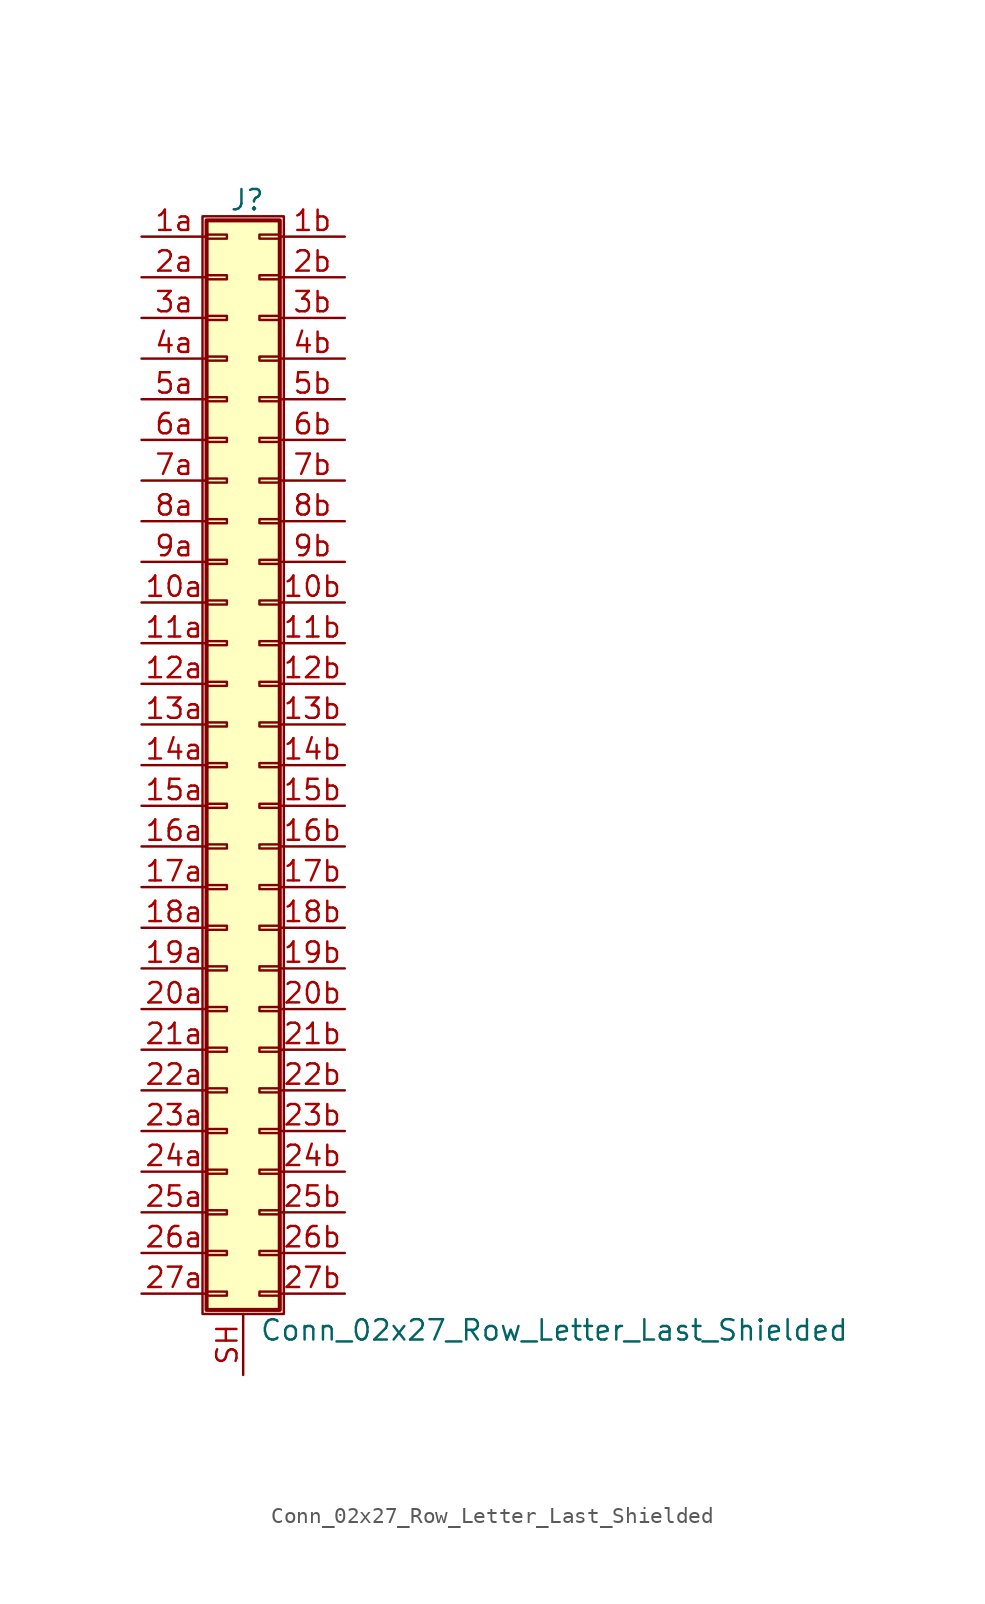
<source format=kicad_sym>
(kicad_symbol_lib
  (version 20201005)
  (generator kicad_symbol_editor)
  (symbol "Conn_02x27_Row_Letter_Last_Shielded"
    (pin_names
      (offset 1.016) hide)
    (property "Reference" "J"
      (at 1.524 35.306 0)
      (effects (font (size 1.27 1.27))))
    (property "Value" "Conn_02x27_Row_Letter_Last_Shielded"
      (at 2.286 -35.306 0)
      (effects (font (size 1.27 1.27)) (justify left)))
    (symbol "Conn_02x27_Row_Letter_Last_Shielded_1_1"
      (rectangle (start -1.27 34.29) (end 3.81 -34.29) (stroke (width 0.152)) (fill (type none)))
      (rectangle (start -1.016 -32.893) (end 0.254 -33.147) (stroke (width 0.152)) (fill (type none)))
      (rectangle (start -1.016 -30.353) (end 0.254 -30.607) (stroke (width 0.152)) (fill (type none)))
      (rectangle (start -1.016 -27.813) (end 0.254 -28.067) (stroke (width 0.152)) (fill (type none)))
      (rectangle (start -1.016 -25.273) (end 0.254 -25.527) (stroke (width 0.152)) (fill (type none)))
      (rectangle (start -1.016 -22.733) (end 0.254 -22.987) (stroke (width 0.152)) (fill (type none)))
      (rectangle (start -1.016 -20.193) (end 0.254 -20.447) (stroke (width 0.152)) (fill (type none)))
      (rectangle (start -1.016 -17.653) (end 0.254 -17.907) (stroke (width 0.152)) (fill (type none)))
      (rectangle (start -1.016 -15.113) (end 0.254 -15.367) (stroke (width 0.152)) (fill (type none)))
      (rectangle (start -1.016 -12.573) (end 0.254 -12.827) (stroke (width 0.152)) (fill (type none)))
      (rectangle (start -1.016 -10.033) (end 0.254 -10.287) (stroke (width 0.152)) (fill (type none)))
      (rectangle (start -1.016 -7.493) (end 0.254 -7.747) (stroke (width 0.152)) (fill (type none)))
      (rectangle (start -1.016 -4.953) (end 0.254 -5.207) (stroke (width 0.152)) (fill (type none)))
      (rectangle (start -1.016 -2.413) (end 0.254 -2.667) (stroke (width 0.152)) (fill (type none)))
      (rectangle (start -1.016 0.127) (end 0.254 -0.127) (stroke (width 0.152)) (fill (type none)))
      (rectangle (start -1.016 2.667) (end 0.254 2.413) (stroke (width 0.152)) (fill (type none)))
      (rectangle (start -1.016 5.207) (end 0.254 4.953) (stroke (width 0.152)) (fill (type none)))
      (rectangle (start -1.016 7.747) (end 0.254 7.493) (stroke (width 0.152)) (fill (type none)))
      (rectangle (start -1.016 10.287) (end 0.254 10.033) (stroke (width 0.152)) (fill (type none)))
      (rectangle (start -1.016 12.827) (end 0.254 12.573) (stroke (width 0.152)) (fill (type none)))
      (rectangle (start -1.016 15.367) (end 0.254 15.113) (stroke (width 0.152)) (fill (type none)))
      (rectangle (start -1.016 17.907) (end 0.254 17.653) (stroke (width 0.152)) (fill (type none)))
      (rectangle (start -1.016 20.447) (end 0.254 20.193) (stroke (width 0.152)) (fill (type none)))
      (rectangle (start -1.016 22.987) (end 0.254 22.733) (stroke (width 0.152)) (fill (type none)))
      (rectangle (start -1.016 25.527) (end 0.254 25.273) (stroke (width 0.152)) (fill (type none)))
      (rectangle (start -1.016 28.067) (end 0.254 27.813) (stroke (width 0.152)) (fill (type none)))
      (rectangle (start -1.016 30.607) (end 0.254 30.353) (stroke (width 0.152)) (fill (type none)))
      (rectangle (start -1.016 33.147) (end 0.254 32.893) (stroke (width 0.152)) (fill (type none)))
      (rectangle (start -1.016 34.036) (end 3.556 -34.036) (stroke (width 0.254)) (fill (type background)))
      (rectangle (start 3.556 -32.893) (end 2.286 -33.147) (stroke (width 0.152)) (fill (type none)))
      (rectangle (start 3.556 -30.353) (end 2.286 -30.607) (stroke (width 0.152)) (fill (type none)))
      (rectangle (start 3.556 -27.813) (end 2.286 -28.067) (stroke (width 0.152)) (fill (type none)))
      (rectangle (start 3.556 -25.273) (end 2.286 -25.527) (stroke (width 0.152)) (fill (type none)))
      (rectangle (start 3.556 -22.733) (end 2.286 -22.987) (stroke (width 0.152)) (fill (type none)))
      (rectangle (start 3.556 -20.193) (end 2.286 -20.447) (stroke (width 0.152)) (fill (type none)))
      (rectangle (start 3.556 -17.653) (end 2.286 -17.907) (stroke (width 0.152)) (fill (type none)))
      (rectangle (start 3.556 -15.113) (end 2.286 -15.367) (stroke (width 0.152)) (fill (type none)))
      (rectangle (start 3.556 -12.573) (end 2.286 -12.827) (stroke (width 0.152)) (fill (type none)))
      (rectangle (start 3.556 -10.033) (end 2.286 -10.287) (stroke (width 0.152)) (fill (type none)))
      (rectangle (start 3.556 -7.493) (end 2.286 -7.747) (stroke (width 0.152)) (fill (type none)))
      (rectangle (start 3.556 -4.953) (end 2.286 -5.207) (stroke (width 0.152)) (fill (type none)))
      (rectangle (start 3.556 -2.413) (end 2.286 -2.667) (stroke (width 0.152)) (fill (type none)))
      (rectangle (start 3.556 0.127) (end 2.286 -0.127) (stroke (width 0.152)) (fill (type none)))
      (rectangle (start 3.556 2.667) (end 2.286 2.413) (stroke (width 0.152)) (fill (type none)))
      (rectangle (start 3.556 5.207) (end 2.286 4.953) (stroke (width 0.152)) (fill (type none)))
      (rectangle (start 3.556 7.747) (end 2.286 7.493) (stroke (width 0.152)) (fill (type none)))
      (rectangle (start 3.556 10.287) (end 2.286 10.033) (stroke (width 0.152)) (fill (type none)))
      (rectangle (start 3.556 12.827) (end 2.286 12.573) (stroke (width 0.152)) (fill (type none)))
      (rectangle (start 3.556 15.367) (end 2.286 15.113) (stroke (width 0.152)) (fill (type none)))
      (rectangle (start 3.556 17.907) (end 2.286 17.653) (stroke (width 0.152)) (fill (type none)))
      (rectangle (start 3.556 20.447) (end 2.286 20.193) (stroke (width 0.152)) (fill (type none)))
      (rectangle (start 3.556 22.987) (end 2.286 22.733) (stroke (width 0.152)) (fill (type none)))
      (rectangle (start 3.556 25.527) (end 2.286 25.273) (stroke (width 0.152)) (fill (type none)))
      (rectangle (start 3.556 28.067) (end 2.286 27.813) (stroke (width 0.152)) (fill (type none)))
      (rectangle (start 3.556 30.607) (end 2.286 30.353) (stroke (width 0.152)) (fill (type none)))
      (rectangle (start 3.556 33.147) (end 2.286 32.893) (stroke (width 0.152)) (fill (type none)))
      (pin passive line (at -5.08 10.16 0) (length 4.064) (name "Pin_10a" (effects (font (size 1.27 1.27)))) (number "10a" (effects (font (size 1.27 1.27)))))
      (pin passive line (at 7.62 10.16 180) (length 4.064) (name "Pin_10b" (effects (font (size 1.27 1.27)))) (number "10b" (effects (font (size 1.27 1.27)))))
      (pin passive line (at -5.08 7.62 0) (length 4.064) (name "Pin_11a" (effects (font (size 1.27 1.27)))) (number "11a" (effects (font (size 1.27 1.27)))))
      (pin passive line (at 7.62 7.62 180) (length 4.064) (name "Pin_11b" (effects (font (size 1.27 1.27)))) (number "11b" (effects (font (size 1.27 1.27)))))
      (pin passive line (at -5.08 5.08 0) (length 4.064) (name "Pin_12a" (effects (font (size 1.27 1.27)))) (number "12a" (effects (font (size 1.27 1.27)))))
      (pin passive line (at 7.62 5.08 180) (length 4.064) (name "Pin_12b" (effects (font (size 1.27 1.27)))) (number "12b" (effects (font (size 1.27 1.27)))))
      (pin passive line (at -5.08 2.54 0) (length 4.064) (name "Pin_13a" (effects (font (size 1.27 1.27)))) (number "13a" (effects (font (size 1.27 1.27)))))
      (pin passive line (at 7.62 2.54 180) (length 4.064) (name "Pin_13b" (effects (font (size 1.27 1.27)))) (number "13b" (effects (font (size 1.27 1.27)))))
      (pin passive line (at -5.08 0 0) (length 4.064) (name "Pin_14a" (effects (font (size 1.27 1.27)))) (number "14a" (effects (font (size 1.27 1.27)))))
      (pin passive line (at 7.62 0 180) (length 4.064) (name "Pin_14b" (effects (font (size 1.27 1.27)))) (number "14b" (effects (font (size 1.27 1.27)))))
      (pin passive line (at -5.08 -2.54 0) (length 4.064) (name "Pin_15a" (effects (font (size 1.27 1.27)))) (number "15a" (effects (font (size 1.27 1.27)))))
      (pin passive line (at 7.62 -2.54 180) (length 4.064) (name "Pin_15b" (effects (font (size 1.27 1.27)))) (number "15b" (effects (font (size 1.27 1.27)))))
      (pin passive line (at -5.08 -5.08 0) (length 4.064) (name "Pin_16a" (effects (font (size 1.27 1.27)))) (number "16a" (effects (font (size 1.27 1.27)))))
      (pin passive line (at 7.62 -5.08 180) (length 4.064) (name "Pin_16b" (effects (font (size 1.27 1.27)))) (number "16b" (effects (font (size 1.27 1.27)))))
      (pin passive line (at -5.08 -7.62 0) (length 4.064) (name "Pin_17a" (effects (font (size 1.27 1.27)))) (number "17a" (effects (font (size 1.27 1.27)))))
      (pin passive line (at 7.62 -7.62 180) (length 4.064) (name "Pin_17b" (effects (font (size 1.27 1.27)))) (number "17b" (effects (font (size 1.27 1.27)))))
      (pin passive line (at -5.08 -10.16 0) (length 4.064) (name "Pin_18a" (effects (font (size 1.27 1.27)))) (number "18a" (effects (font (size 1.27 1.27)))))
      (pin passive line (at 7.62 -10.16 180) (length 4.064) (name "Pin_18b" (effects (font (size 1.27 1.27)))) (number "18b" (effects (font (size 1.27 1.27)))))
      (pin passive line (at -5.08 -12.7 0) (length 4.064) (name "Pin_19a" (effects (font (size 1.27 1.27)))) (number "19a" (effects (font (size 1.27 1.27)))))
      (pin passive line (at 7.62 -12.7 180) (length 4.064) (name "Pin_19b" (effects (font (size 1.27 1.27)))) (number "19b" (effects (font (size 1.27 1.27)))))
      (pin passive line (at -5.08 33.02 0) (length 4.064) (name "Pin_1a" (effects (font (size 1.27 1.27)))) (number "1a" (effects (font (size 1.27 1.27)))))
      (pin passive line (at 7.62 33.02 180) (length 4.064) (name "Pin_1b" (effects (font (size 1.27 1.27)))) (number "1b" (effects (font (size 1.27 1.27)))))
      (pin passive line (at -5.08 -15.24 0) (length 4.064) (name "Pin_20a" (effects (font (size 1.27 1.27)))) (number "20a" (effects (font (size 1.27 1.27)))))
      (pin passive line (at 7.62 -15.24 180) (length 4.064) (name "Pin_20b" (effects (font (size 1.27 1.27)))) (number "20b" (effects (font (size 1.27 1.27)))))
      (pin passive line (at -5.08 -17.78 0) (length 4.064) (name "Pin_21a" (effects (font (size 1.27 1.27)))) (number "21a" (effects (font (size 1.27 1.27)))))
      (pin passive line (at 7.62 -17.78 180) (length 4.064) (name "Pin_21b" (effects (font (size 1.27 1.27)))) (number "21b" (effects (font (size 1.27 1.27)))))
      (pin passive line (at -5.08 -20.32 0) (length 4.064) (name "Pin_22a" (effects (font (size 1.27 1.27)))) (number "22a" (effects (font (size 1.27 1.27)))))
      (pin passive line (at 7.62 -20.32 180) (length 4.064) (name "Pin_22b" (effects (font (size 1.27 1.27)))) (number "22b" (effects (font (size 1.27 1.27)))))
      (pin passive line (at -5.08 -22.86 0) (length 4.064) (name "Pin_23a" (effects (font (size 1.27 1.27)))) (number "23a" (effects (font (size 1.27 1.27)))))
      (pin passive line (at 7.62 -22.86 180) (length 4.064) (name "Pin_23b" (effects (font (size 1.27 1.27)))) (number "23b" (effects (font (size 1.27 1.27)))))
      (pin passive line (at -5.08 -25.4 0) (length 4.064) (name "Pin_24a" (effects (font (size 1.27 1.27)))) (number "24a" (effects (font (size 1.27 1.27)))))
      (pin passive line (at 7.62 -25.4 180) (length 4.064) (name "Pin_24b" (effects (font (size 1.27 1.27)))) (number "24b" (effects (font (size 1.27 1.27)))))
      (pin passive line (at -5.08 -27.94 0) (length 4.064) (name "Pin_25a" (effects (font (size 1.27 1.27)))) (number "25a" (effects (font (size 1.27 1.27)))))
      (pin passive line (at 7.62 -27.94 180) (length 4.064) (name "Pin_25b" (effects (font (size 1.27 1.27)))) (number "25b" (effects (font (size 1.27 1.27)))))
      (pin passive line (at -5.08 -30.48 0) (length 4.064) (name "Pin_26a" (effects (font (size 1.27 1.27)))) (number "26a" (effects (font (size 1.27 1.27)))))
      (pin passive line (at 7.62 -30.48 180) (length 4.064) (name "Pin_26b" (effects (font (size 1.27 1.27)))) (number "26b" (effects (font (size 1.27 1.27)))))
      (pin passive line (at -5.08 -33.02 0) (length 4.064) (name "Pin_27a" (effects (font (size 1.27 1.27)))) (number "27a" (effects (font (size 1.27 1.27)))))
      (pin passive line (at 7.62 -33.02 180) (length 4.064) (name "Pin_27b" (effects (font (size 1.27 1.27)))) (number "27b" (effects (font (size 1.27 1.27)))))
      (pin passive line (at -5.08 30.48 0) (length 4.064) (name "Pin_2a" (effects (font (size 1.27 1.27)))) (number "2a" (effects (font (size 1.27 1.27)))))
      (pin passive line (at 7.62 30.48 180) (length 4.064) (name "Pin_2b" (effects (font (size 1.27 1.27)))) (number "2b" (effects (font (size 1.27 1.27)))))
      (pin passive line (at -5.08 27.94 0) (length 4.064) (name "Pin_3a" (effects (font (size 1.27 1.27)))) (number "3a" (effects (font (size 1.27 1.27)))))
      (pin passive line (at 7.62 27.94 180) (length 4.064) (name "Pin_3b" (effects (font (size 1.27 1.27)))) (number "3b" (effects (font (size 1.27 1.27)))))
      (pin passive line (at -5.08 25.4 0) (length 4.064) (name "Pin_4a" (effects (font (size 1.27 1.27)))) (number "4a" (effects (font (size 1.27 1.27)))))
      (pin passive line (at 7.62 25.4 180) (length 4.064) (name "Pin_4b" (effects (font (size 1.27 1.27)))) (number "4b" (effects (font (size 1.27 1.27)))))
      (pin passive line (at -5.08 22.86 0) (length 4.064) (name "Pin_5a" (effects (font (size 1.27 1.27)))) (number "5a" (effects (font (size 1.27 1.27)))))
      (pin passive line (at 7.62 22.86 180) (length 4.064) (name "Pin_5b" (effects (font (size 1.27 1.27)))) (number "5b" (effects (font (size 1.27 1.27)))))
      (pin passive line (at -5.08 20.32 0) (length 4.064) (name "Pin_6a" (effects (font (size 1.27 1.27)))) (number "6a" (effects (font (size 1.27 1.27)))))
      (pin passive line (at 7.62 20.32 180) (length 4.064) (name "Pin_6b" (effects (font (size 1.27 1.27)))) (number "6b" (effects (font (size 1.27 1.27)))))
      (pin passive line (at -5.08 17.78 0) (length 4.064) (name "Pin_7a" (effects (font (size 1.27 1.27)))) (number "7a" (effects (font (size 1.27 1.27)))))
      (pin passive line (at 7.62 17.78 180) (length 4.064) (name "Pin_7b" (effects (font (size 1.27 1.27)))) (number "7b" (effects (font (size 1.27 1.27)))))
      (pin passive line (at -5.08 15.24 0) (length 4.064) (name "Pin_8a" (effects (font (size 1.27 1.27)))) (number "8a" (effects (font (size 1.27 1.27)))))
      (pin passive line (at 7.62 15.24 180) (length 4.064) (name "Pin_8b" (effects (font (size 1.27 1.27)))) (number "8b" (effects (font (size 1.27 1.27)))))
      (pin passive line (at -5.08 12.7 0) (length 4.064) (name "Pin_9a" (effects (font (size 1.27 1.27)))) (number "9a" (effects (font (size 1.27 1.27)))))
      (pin passive line (at 7.62 12.7 180) (length 4.064) (name "Pin_9b" (effects (font (size 1.27 1.27)))) (number "9b" (effects (font (size 1.27 1.27)))))
      (pin passive line (at 1.27 -38.1 90) (length 3.81) (name "Shield" (effects (font (size 1.27 1.27)))) (number "SH" (effects (font (size 1.27 1.27))))))))
</source>
